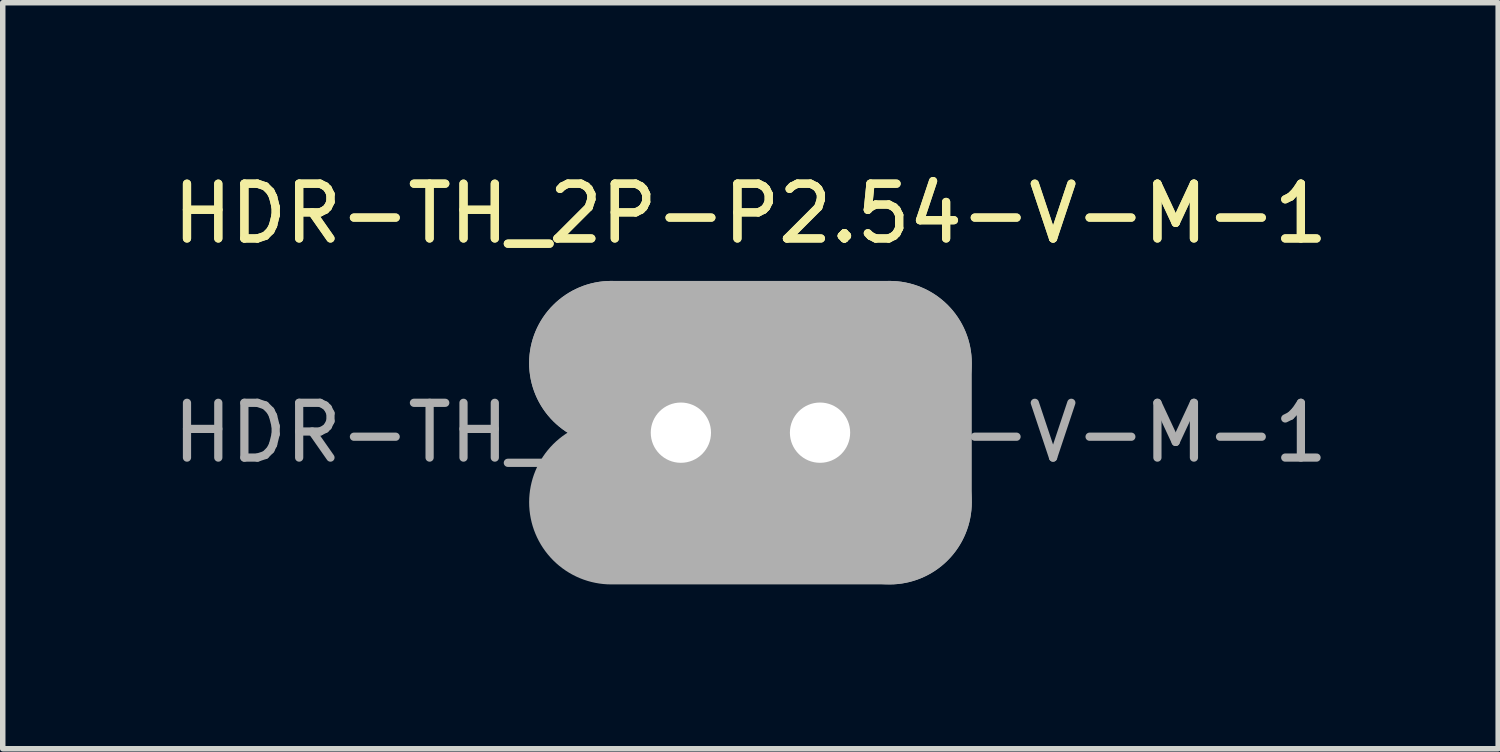
<source format=kicad_pcb>
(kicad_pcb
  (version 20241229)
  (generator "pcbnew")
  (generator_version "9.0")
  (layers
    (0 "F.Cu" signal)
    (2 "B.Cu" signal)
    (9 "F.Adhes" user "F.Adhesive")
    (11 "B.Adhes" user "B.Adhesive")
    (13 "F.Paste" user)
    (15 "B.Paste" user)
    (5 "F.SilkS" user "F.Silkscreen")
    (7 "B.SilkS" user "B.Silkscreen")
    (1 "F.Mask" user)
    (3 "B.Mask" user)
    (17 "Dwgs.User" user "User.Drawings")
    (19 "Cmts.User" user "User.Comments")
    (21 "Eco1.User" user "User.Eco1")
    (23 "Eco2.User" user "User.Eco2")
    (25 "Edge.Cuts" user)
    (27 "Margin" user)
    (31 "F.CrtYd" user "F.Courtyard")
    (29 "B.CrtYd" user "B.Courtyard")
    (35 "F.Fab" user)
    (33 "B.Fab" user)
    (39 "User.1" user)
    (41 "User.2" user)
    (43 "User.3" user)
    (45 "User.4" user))
  (footprint "HDR-TH_2P-P2.54-V-M-1"
    (layer "F.Cu")
    (at 10.649 4.848)
    (property "Reference" "HDR-TH_2P-P2.54-V-M-1" (at 0 -4 0) (layer "F.SilkS") (effects (font (size 1 1) (thickness 0.15))))
    (attr through_hole)
    (fp_line (start -2.54 -1.27) (end -2.54 -1.27) (stroke (width 3) (type solid)) (layer "F.Fab"))
    (fp_line (start -2.54 -1.27) (end 2.54 -1.27) (stroke (width 3) (type solid)) (layer "F.Fab"))
    (fp_line (start 2.54 -1.27) (end 2.54 1.27) (stroke (width 3) (type solid)) (layer "F.Fab"))
    (fp_line (start 2.54 1.27) (end -2.54 1.27) (stroke (width 3) (type solid)) (layer "F.Fab"))
    (fp_circle (center -2.54 1.27) (end -2.51 1.27) (stroke (width 0.06) (type solid)) (fill no) (layer "F.Fab"))
    (fp_text user "${REFERENCE}" (at 0 -4 0) (layer "F.SilkS") (effects (font (size 1 1) (thickness 0.15))))
    (fp_text user "${REFERENCE}" (at 0 0 0) (layer "F.Fab") (effects (font (size 1 1) (thickness 0.15))))
    (pad "1" thru_hole rect (at -1.27 0) (size 1.8 1.8) (drill 1.1) (layers "*.Cu" "*.Mask"))
    (pad "2" thru_hole circle (at 1.27 0) (size 1.8 1.8) (drill 1.1) (layers "*.Cu" "*.Mask")))
  (gr_rect
    (start -3 -3)
    (end 24.298 10.618)
    (stroke (width 0.1) (type default))
    (fill no)
    (layer "Edge.Cuts")))
</source>
